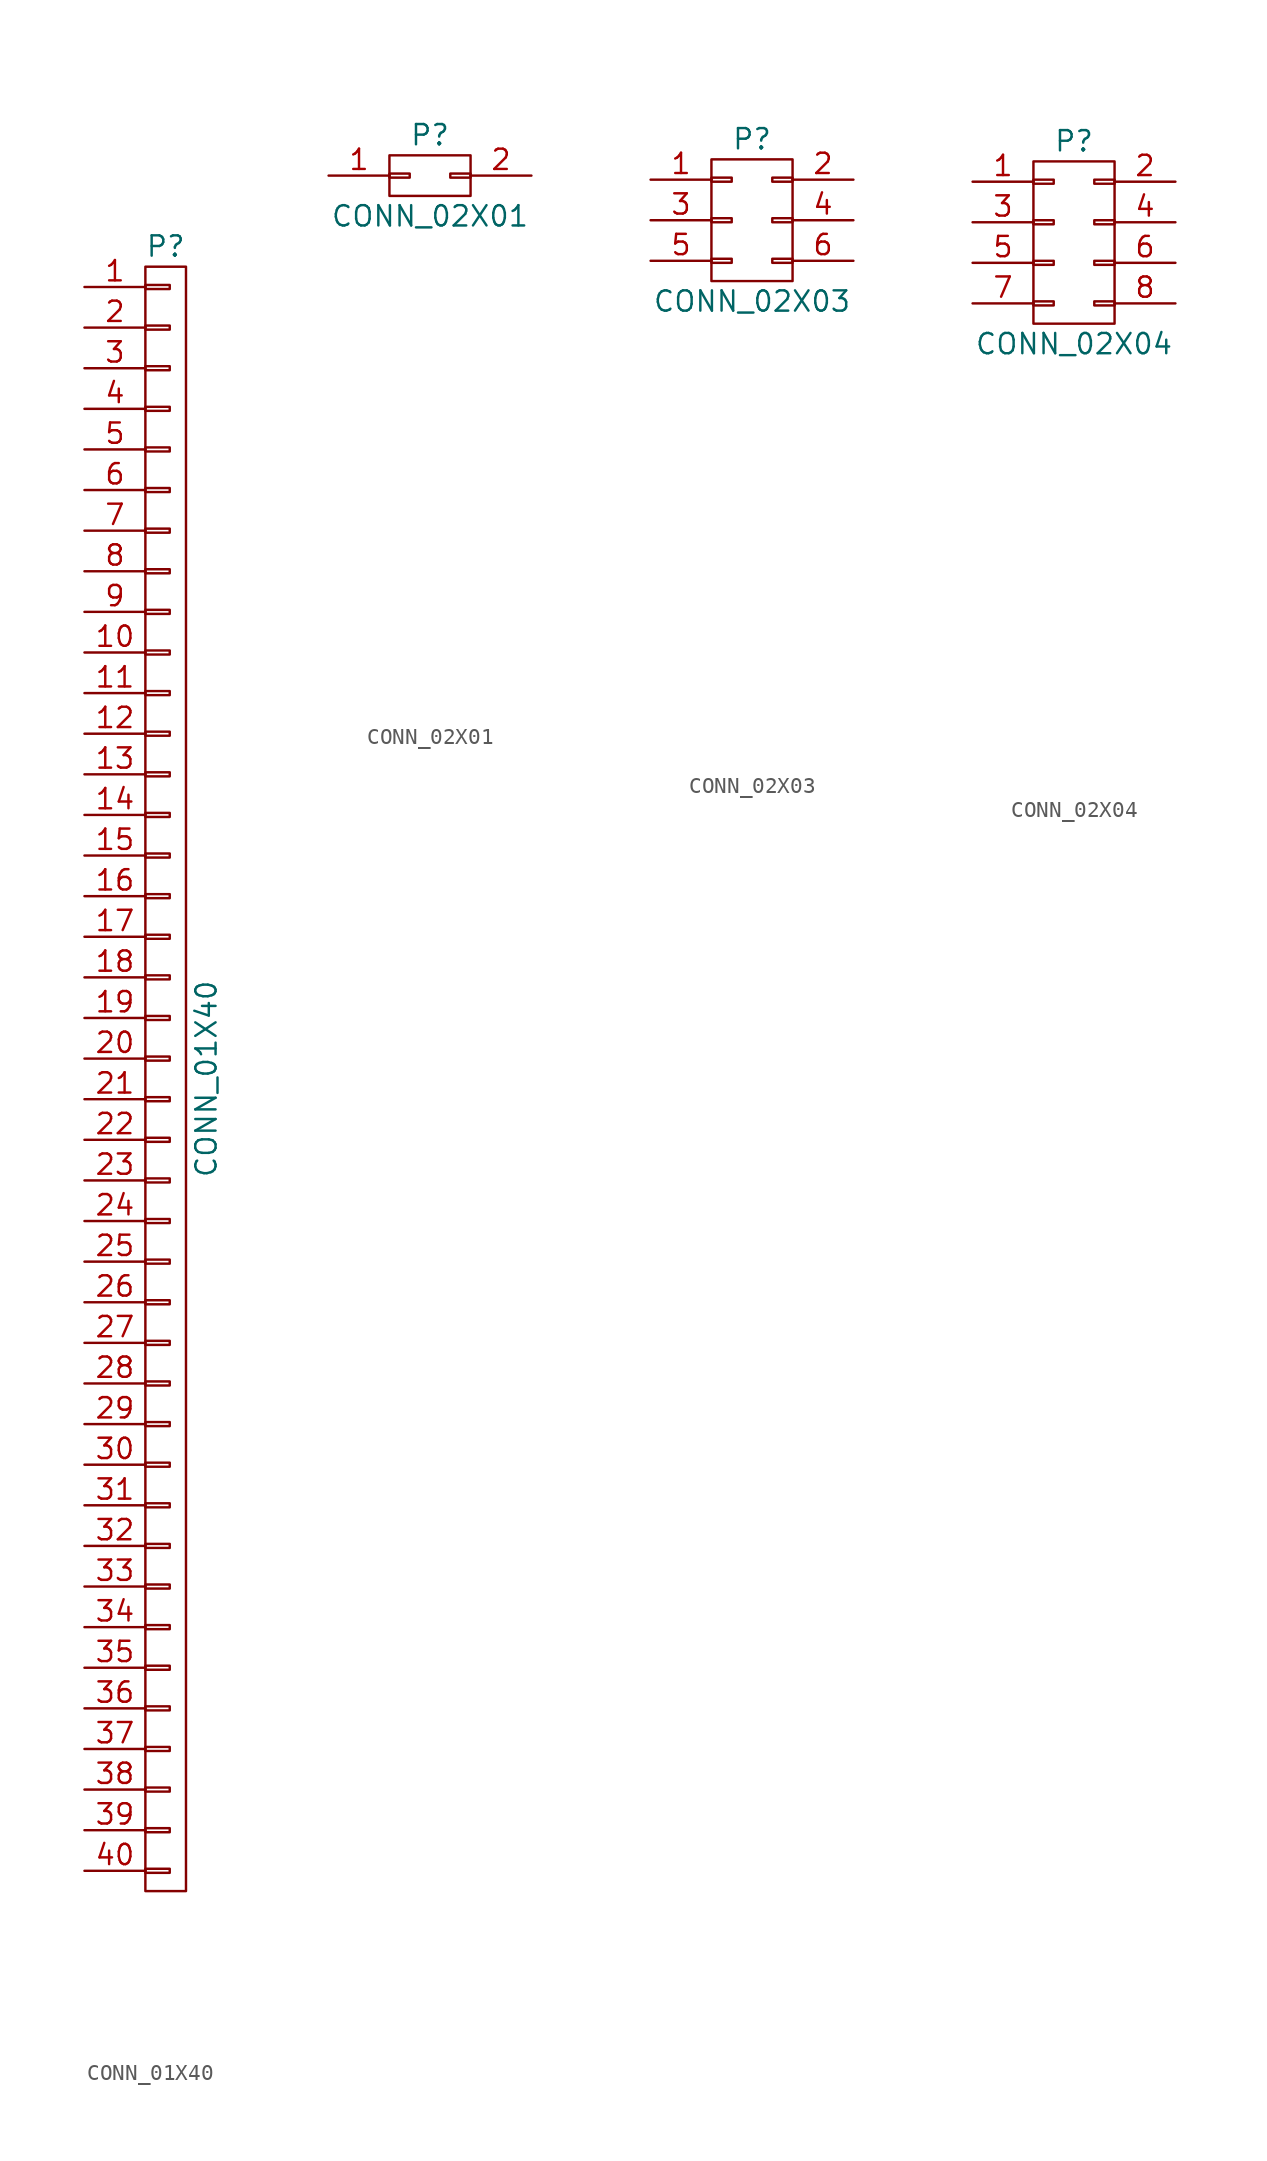
<source format=kicad_sym>
(kicad_symbol_lib
  (version 20231120)
  (generator "kicad_symbol_editor")
  (generator_version "8.0")
  (symbol "CONN_01X40"
    (pin_names
      (offset 1.016) hide)
    (property "Reference" "P"
      (at 0 52.07 0)
      (effects (font (size 1.27 1.27))))
    (property "Value" "CONN_01X40"
      (at 2.54 0 90)
      (effects (font (size 1.27 1.27))))
    (property "Footprint" ""
      (at 0 0 0)
      (effects (font (size 1.27 1.27))))
    (property "Datasheet" ""
      (at 0 0 0)
      (effects (font (size 1.27 1.27))))
    (symbol "CONN_01X40_0_1"
      (rectangle (start -1.27 -49.403) (end 0.254 -49.657) (stroke (width 0) (type solid)) (fill (type none)))
      (rectangle (start -1.27 -46.863) (end 0.254 -47.117) (stroke (width 0) (type solid)) (fill (type none)))
      (rectangle (start -1.27 -44.323) (end 0.254 -44.577) (stroke (width 0) (type solid)) (fill (type none)))
      (rectangle (start -1.27 -41.783) (end 0.254 -42.037) (stroke (width 0) (type solid)) (fill (type none)))
      (rectangle (start -1.27 -39.243) (end 0.254 -39.497) (stroke (width 0) (type solid)) (fill (type none)))
      (rectangle (start -1.27 -36.703) (end 0.254 -36.957) (stroke (width 0) (type solid)) (fill (type none)))
      (rectangle (start -1.27 -34.163) (end 0.254 -34.417) (stroke (width 0) (type solid)) (fill (type none)))
      (rectangle (start -1.27 -31.623) (end 0.254 -31.877) (stroke (width 0) (type solid)) (fill (type none)))
      (rectangle (start -1.27 -29.083) (end 0.254 -29.337) (stroke (width 0) (type solid)) (fill (type none)))
      (rectangle (start -1.27 -26.543) (end 0.254 -26.797) (stroke (width 0) (type solid)) (fill (type none)))
      (rectangle (start -1.27 -24.003) (end 0.254 -24.257) (stroke (width 0) (type solid)) (fill (type none)))
      (rectangle (start -1.27 -21.463) (end 0.254 -21.717) (stroke (width 0) (type solid)) (fill (type none)))
      (rectangle (start -1.27 -18.923) (end 0.254 -19.177) (stroke (width 0) (type solid)) (fill (type none)))
      (rectangle (start -1.27 -16.383) (end 0.254 -16.637) (stroke (width 0) (type solid)) (fill (type none)))
      (rectangle (start -1.27 -13.843) (end 0.254 -14.097) (stroke (width 0) (type solid)) (fill (type none)))
      (rectangle (start -1.27 -11.303) (end 0.254 -11.557) (stroke (width 0) (type solid)) (fill (type none)))
      (rectangle (start -1.27 -8.763) (end 0.254 -9.017) (stroke (width 0) (type solid)) (fill (type none)))
      (rectangle (start -1.27 -6.223) (end 0.254 -6.477) (stroke (width 0) (type solid)) (fill (type none)))
      (rectangle (start -1.27 -3.683) (end 0.254 -3.937) (stroke (width 0) (type solid)) (fill (type none)))
      (rectangle (start -1.27 -1.143) (end 0.254 -1.397) (stroke (width 0) (type solid)) (fill (type none)))
      (rectangle (start -1.27 1.397) (end 0.254 1.143) (stroke (width 0) (type solid)) (fill (type none)))
      (rectangle (start -1.27 3.937) (end 0.254 3.683) (stroke (width 0) (type solid)) (fill (type none)))
      (rectangle (start -1.27 6.477) (end 0.254 6.223) (stroke (width 0) (type solid)) (fill (type none)))
      (rectangle (start -1.27 9.017) (end 0.254 8.763) (stroke (width 0) (type solid)) (fill (type none)))
      (rectangle (start -1.27 11.557) (end 0.254 11.303) (stroke (width 0) (type solid)) (fill (type none)))
      (rectangle (start -1.27 14.097) (end 0.254 13.843) (stroke (width 0) (type solid)) (fill (type none)))
      (rectangle (start -1.27 16.637) (end 0.254 16.383) (stroke (width 0) (type solid)) (fill (type none)))
      (rectangle (start -1.27 19.177) (end 0.254 18.923) (stroke (width 0) (type solid)) (fill (type none)))
      (rectangle (start -1.27 21.717) (end 0.254 21.463) (stroke (width 0) (type solid)) (fill (type none)))
      (rectangle (start -1.27 24.257) (end 0.254 24.003) (stroke (width 0) (type solid)) (fill (type none)))
      (rectangle (start -1.27 26.797) (end 0.254 26.543) (stroke (width 0) (type solid)) (fill (type none)))
      (rectangle (start -1.27 29.337) (end 0.254 29.083) (stroke (width 0) (type solid)) (fill (type none)))
      (rectangle (start -1.27 31.877) (end 0.254 31.623) (stroke (width 0) (type solid)) (fill (type none)))
      (rectangle (start -1.27 34.417) (end 0.254 34.163) (stroke (width 0) (type solid)) (fill (type none)))
      (rectangle (start -1.27 36.957) (end 0.254 36.703) (stroke (width 0) (type solid)) (fill (type none)))
      (rectangle (start -1.27 39.497) (end 0.254 39.243) (stroke (width 0) (type solid)) (fill (type none)))
      (rectangle (start -1.27 42.037) (end 0.254 41.783) (stroke (width 0) (type solid)) (fill (type none)))
      (rectangle (start -1.27 44.577) (end 0.254 44.323) (stroke (width 0) (type solid)) (fill (type none)))
      (rectangle (start -1.27 47.117) (end 0.254 46.863) (stroke (width 0) (type solid)) (fill (type none)))
      (rectangle (start -1.27 49.657) (end 0.254 49.403) (stroke (width 0) (type solid)) (fill (type none)))
      (rectangle (start -1.27 50.8) (end 1.27 -50.8) (stroke (width 0) (type solid)) (fill (type none))))
    (symbol "CONN_01X40_1_1"
      (pin passive line (at -5.08 49.53 0) (length 3.81) (name "P1" (effects (font (size 1.27 1.27)))) (number "1" (effects (font (size 1.27 1.27)))))
      (pin passive line (at -5.08 26.67 0) (length 3.81) (name "P10" (effects (font (size 1.27 1.27)))) (number "10" (effects (font (size 1.27 1.27)))))
      (pin passive line (at -5.08 24.13 0) (length 3.81) (name "P11" (effects (font (size 1.27 1.27)))) (number "11" (effects (font (size 1.27 1.27)))))
      (pin passive line (at -5.08 21.59 0) (length 3.81) (name "P12" (effects (font (size 1.27 1.27)))) (number "12" (effects (font (size 1.27 1.27)))))
      (pin passive line (at -5.08 19.05 0) (length 3.81) (name "P13" (effects (font (size 1.27 1.27)))) (number "13" (effects (font (size 1.27 1.27)))))
      (pin passive line (at -5.08 16.51 0) (length 3.81) (name "P14" (effects (font (size 1.27 1.27)))) (number "14" (effects (font (size 1.27 1.27)))))
      (pin passive line (at -5.08 13.97 0) (length 3.81) (name "P15" (effects (font (size 1.27 1.27)))) (number "15" (effects (font (size 1.27 1.27)))))
      (pin passive line (at -5.08 11.43 0) (length 3.81) (name "P16" (effects (font (size 1.27 1.27)))) (number "16" (effects (font (size 1.27 1.27)))))
      (pin passive line (at -5.08 8.89 0) (length 3.81) (name "P17" (effects (font (size 1.27 1.27)))) (number "17" (effects (font (size 1.27 1.27)))))
      (pin passive line (at -5.08 6.35 0) (length 3.81) (name "P18" (effects (font (size 1.27 1.27)))) (number "18" (effects (font (size 1.27 1.27)))))
      (pin passive line (at -5.08 3.81 0) (length 3.81) (name "P19" (effects (font (size 1.27 1.27)))) (number "19" (effects (font (size 1.27 1.27)))))
      (pin passive line (at -5.08 46.99 0) (length 3.81) (name "P2" (effects (font (size 1.27 1.27)))) (number "2" (effects (font (size 1.27 1.27)))))
      (pin passive line (at -5.08 1.27 0) (length 3.81) (name "P20" (effects (font (size 1.27 1.27)))) (number "20" (effects (font (size 1.27 1.27)))))
      (pin passive line (at -5.08 -1.27 0) (length 3.81) (name "P21" (effects (font (size 1.27 1.27)))) (number "21" (effects (font (size 1.27 1.27)))))
      (pin passive line (at -5.08 -3.81 0) (length 3.81) (name "P22" (effects (font (size 1.27 1.27)))) (number "22" (effects (font (size 1.27 1.27)))))
      (pin passive line (at -5.08 -6.35 0) (length 3.81) (name "P23" (effects (font (size 1.27 1.27)))) (number "23" (effects (font (size 1.27 1.27)))))
      (pin passive line (at -5.08 -8.89 0) (length 3.81) (name "P24" (effects (font (size 1.27 1.27)))) (number "24" (effects (font (size 1.27 1.27)))))
      (pin passive line (at -5.08 -11.43 0) (length 3.81) (name "P25" (effects (font (size 1.27 1.27)))) (number "25" (effects (font (size 1.27 1.27)))))
      (pin passive line (at -5.08 -13.97 0) (length 3.81) (name "P26" (effects (font (size 1.27 1.27)))) (number "26" (effects (font (size 1.27 1.27)))))
      (pin passive line (at -5.08 -16.51 0) (length 3.81) (name "P27" (effects (font (size 1.27 1.27)))) (number "27" (effects (font (size 1.27 1.27)))))
      (pin passive line (at -5.08 -19.05 0) (length 3.81) (name "P28" (effects (font (size 1.27 1.27)))) (number "28" (effects (font (size 1.27 1.27)))))
      (pin passive line (at -5.08 -21.59 0) (length 3.81) (name "P29" (effects (font (size 1.27 1.27)))) (number "29" (effects (font (size 1.27 1.27)))))
      (pin passive line (at -5.08 44.45 0) (length 3.81) (name "P3" (effects (font (size 1.27 1.27)))) (number "3" (effects (font (size 1.27 1.27)))))
      (pin passive line (at -5.08 -24.13 0) (length 3.81) (name "P30" (effects (font (size 1.27 1.27)))) (number "30" (effects (font (size 1.27 1.27)))))
      (pin passive line (at -5.08 -26.67 0) (length 3.81) (name "P31" (effects (font (size 1.27 1.27)))) (number "31" (effects (font (size 1.27 1.27)))))
      (pin passive line (at -5.08 -29.21 0) (length 3.81) (name "P32" (effects (font (size 1.27 1.27)))) (number "32" (effects (font (size 1.27 1.27)))))
      (pin passive line (at -5.08 -31.75 0) (length 3.81) (name "P33" (effects (font (size 1.27 1.27)))) (number "33" (effects (font (size 1.27 1.27)))))
      (pin passive line (at -5.08 -34.29 0) (length 3.81) (name "P34" (effects (font (size 1.27 1.27)))) (number "34" (effects (font (size 1.27 1.27)))))
      (pin passive line (at -5.08 -36.83 0) (length 3.81) (name "P35" (effects (font (size 1.27 1.27)))) (number "35" (effects (font (size 1.27 1.27)))))
      (pin passive line (at -5.08 -39.37 0) (length 3.81) (name "P36" (effects (font (size 1.27 1.27)))) (number "36" (effects (font (size 1.27 1.27)))))
      (pin passive line (at -5.08 -41.91 0) (length 3.81) (name "P37" (effects (font (size 1.27 1.27)))) (number "37" (effects (font (size 1.27 1.27)))))
      (pin passive line (at -5.08 -44.45 0) (length 3.81) (name "P38" (effects (font (size 1.27 1.27)))) (number "38" (effects (font (size 1.27 1.27)))))
      (pin passive line (at -5.08 -46.99 0) (length 3.81) (name "P39" (effects (font (size 1.27 1.27)))) (number "39" (effects (font (size 1.27 1.27)))))
      (pin passive line (at -5.08 41.91 0) (length 3.81) (name "P4" (effects (font (size 1.27 1.27)))) (number "4" (effects (font (size 1.27 1.27)))))
      (pin passive line (at -5.08 -49.53 0) (length 3.81) (name "P40" (effects (font (size 1.27 1.27)))) (number "40" (effects (font (size 1.27 1.27)))))
      (pin passive line (at -5.08 39.37 0) (length 3.81) (name "P5" (effects (font (size 1.27 1.27)))) (number "5" (effects (font (size 1.27 1.27)))))
      (pin passive line (at -5.08 36.83 0) (length 3.81) (name "P6" (effects (font (size 1.27 1.27)))) (number "6" (effects (font (size 1.27 1.27)))))
      (pin passive line (at -5.08 34.29 0) (length 3.81) (name "P7" (effects (font (size 1.27 1.27)))) (number "7" (effects (font (size 1.27 1.27)))))
      (pin passive line (at -5.08 31.75 0) (length 3.81) (name "P8" (effects (font (size 1.27 1.27)))) (number "8" (effects (font (size 1.27 1.27)))))
      (pin passive line (at -5.08 29.21 0) (length 3.81) (name "P9" (effects (font (size 1.27 1.27)))) (number "9" (effects (font (size 1.27 1.27)))))))
  (symbol "CONN_02X01"
    (pin_names
      (offset 0.025) hide)
    (property "Reference" "P"
      (at 0 2.54 0)
      (effects (font (size 1.27 1.27))))
    (property "Value" "CONN_02X01"
      (at 0 -2.54 0)
      (effects (font (size 1.27 1.27))))
    (property "Footprint" ""
      (at 0 -30.48 0)
      (effects (font (size 1.27 1.27))))
    (property "Datasheet" ""
      (at 0 -30.48 0)
      (effects (font (size 1.27 1.27))))
    (symbol "CONN_02X01_0_1"
      (rectangle (start -2.54 0.127) (end -1.27 -0.127) (stroke (width 0) (type solid)) (fill (type none)))
      (rectangle (start -2.54 1.27) (end 2.54 -1.27) (stroke (width 0) (type solid)) (fill (type none)))
      (rectangle (start 1.27 0.127) (end 2.54 -0.127) (stroke (width 0) (type solid)) (fill (type none))))
    (symbol "CONN_02X01_1_1"
      (pin passive line (at -6.35 0 0) (length 3.81) (name "P1" (effects (font (size 1.27 1.27)))) (number "1" (effects (font (size 1.27 1.27)))))
      (pin passive line (at 6.35 0 180) (length 3.81) (name "P2" (effects (font (size 1.27 1.27)))) (number "2" (effects (font (size 1.27 1.27)))))))
  (symbol "CONN_02X03"
    (pin_names
      (offset 0.025) hide)
    (property "Reference" "P"
      (at 0 5.08 0)
      (effects (font (size 1.27 1.27))))
    (property "Value" "CONN_02X03"
      (at 0 -5.08 0)
      (effects (font (size 1.27 1.27))))
    (property "Footprint" ""
      (at 0 -30.48 0)
      (effects (font (size 1.27 1.27))))
    (property "Datasheet" ""
      (at 0 -30.48 0)
      (effects (font (size 1.27 1.27))))
    (symbol "CONN_02X03_0_1"
      (rectangle (start -2.54 -2.413) (end -1.27 -2.667) (stroke (width 0) (type solid)) (fill (type none)))
      (rectangle (start -2.54 0.127) (end -1.27 -0.127) (stroke (width 0) (type solid)) (fill (type none)))
      (rectangle (start -2.54 2.667) (end -1.27 2.413) (stroke (width 0) (type solid)) (fill (type none)))
      (rectangle (start -2.54 3.81) (end 2.54 -3.81) (stroke (width 0) (type solid)) (fill (type none)))
      (rectangle (start 1.27 -2.413) (end 2.54 -2.667) (stroke (width 0) (type solid)) (fill (type none)))
      (rectangle (start 1.27 0.127) (end 2.54 -0.127) (stroke (width 0) (type solid)) (fill (type none)))
      (rectangle (start 1.27 2.667) (end 2.54 2.413) (stroke (width 0) (type solid)) (fill (type none))))
    (symbol "CONN_02X03_1_1"
      (pin passive line (at -6.35 2.54 0) (length 3.81) (name "P1" (effects (font (size 1.27 1.27)))) (number "1" (effects (font (size 1.27 1.27)))))
      (pin passive line (at 6.35 2.54 180) (length 3.81) (name "P2" (effects (font (size 1.27 1.27)))) (number "2" (effects (font (size 1.27 1.27)))))
      (pin passive line (at -6.35 0 0) (length 3.81) (name "P3" (effects (font (size 1.27 1.27)))) (number "3" (effects (font (size 1.27 1.27)))))
      (pin passive line (at 6.35 0 180) (length 3.81) (name "P4" (effects (font (size 1.27 1.27)))) (number "4" (effects (font (size 1.27 1.27)))))
      (pin passive line (at -6.35 -2.54 0) (length 3.81) (name "P5" (effects (font (size 1.27 1.27)))) (number "5" (effects (font (size 1.27 1.27)))))
      (pin passive line (at 6.35 -2.54 180) (length 3.81) (name "P6" (effects (font (size 1.27 1.27)))) (number "6" (effects (font (size 1.27 1.27)))))))
  (symbol "CONN_02X04"
    (pin_names
      (offset 0.025) hide)
    (property "Reference" "P"
      (at 0 6.35 0)
      (effects (font (size 1.27 1.27))))
    (property "Value" "CONN_02X04"
      (at 0 -6.35 0)
      (effects (font (size 1.27 1.27))))
    (property "Footprint" ""
      (at 0 -30.48 0)
      (effects (font (size 1.27 1.27))))
    (property "Datasheet" ""
      (at 0 -30.48 0)
      (effects (font (size 1.27 1.27))))
    (symbol "CONN_02X04_0_1"
      (rectangle (start -2.54 -3.683) (end -1.27 -3.937) (stroke (width 0) (type solid)) (fill (type none)))
      (rectangle (start -2.54 -1.143) (end -1.27 -1.397) (stroke (width 0) (type solid)) (fill (type none)))
      (rectangle (start -2.54 1.397) (end -1.27 1.143) (stroke (width 0) (type solid)) (fill (type none)))
      (rectangle (start -2.54 3.937) (end -1.27 3.683) (stroke (width 0) (type solid)) (fill (type none)))
      (rectangle (start -2.54 5.08) (end 2.54 -5.08) (stroke (width 0) (type solid)) (fill (type none)))
      (rectangle (start 1.27 -3.683) (end 2.54 -3.937) (stroke (width 0) (type solid)) (fill (type none)))
      (rectangle (start 1.27 -1.143) (end 2.54 -1.397) (stroke (width 0) (type solid)) (fill (type none)))
      (rectangle (start 1.27 1.397) (end 2.54 1.143) (stroke (width 0) (type solid)) (fill (type none)))
      (rectangle (start 1.27 3.937) (end 2.54 3.683) (stroke (width 0) (type solid)) (fill (type none))))
    (symbol "CONN_02X04_1_1"
      (pin passive line (at -6.35 3.81 0) (length 3.81) (name "P1" (effects (font (size 1.27 1.27)))) (number "1" (effects (font (size 1.27 1.27)))))
      (pin passive line (at 6.35 3.81 180) (length 3.81) (name "P2" (effects (font (size 1.27 1.27)))) (number "2" (effects (font (size 1.27 1.27)))))
      (pin passive line (at -6.35 1.27 0) (length 3.81) (name "P3" (effects (font (size 1.27 1.27)))) (number "3" (effects (font (size 1.27 1.27)))))
      (pin passive line (at 6.35 1.27 180) (length 3.81) (name "P4" (effects (font (size 1.27 1.27)))) (number "4" (effects (font (size 1.27 1.27)))))
      (pin passive line (at -6.35 -1.27 0) (length 3.81) (name "P5" (effects (font (size 1.27 1.27)))) (number "5" (effects (font (size 1.27 1.27)))))
      (pin passive line (at 6.35 -1.27 180) (length 3.81) (name "P6" (effects (font (size 1.27 1.27)))) (number "6" (effects (font (size 1.27 1.27)))))
      (pin passive line (at -6.35 -3.81 0) (length 3.81) (name "P7" (effects (font (size 1.27 1.27)))) (number "7" (effects (font (size 1.27 1.27)))))
      (pin passive line (at 6.35 -3.81 180) (length 3.81) (name "P8" (effects (font (size 1.27 1.27)))) (number "8" (effects (font (size 1.27 1.27))))))))
</source>
